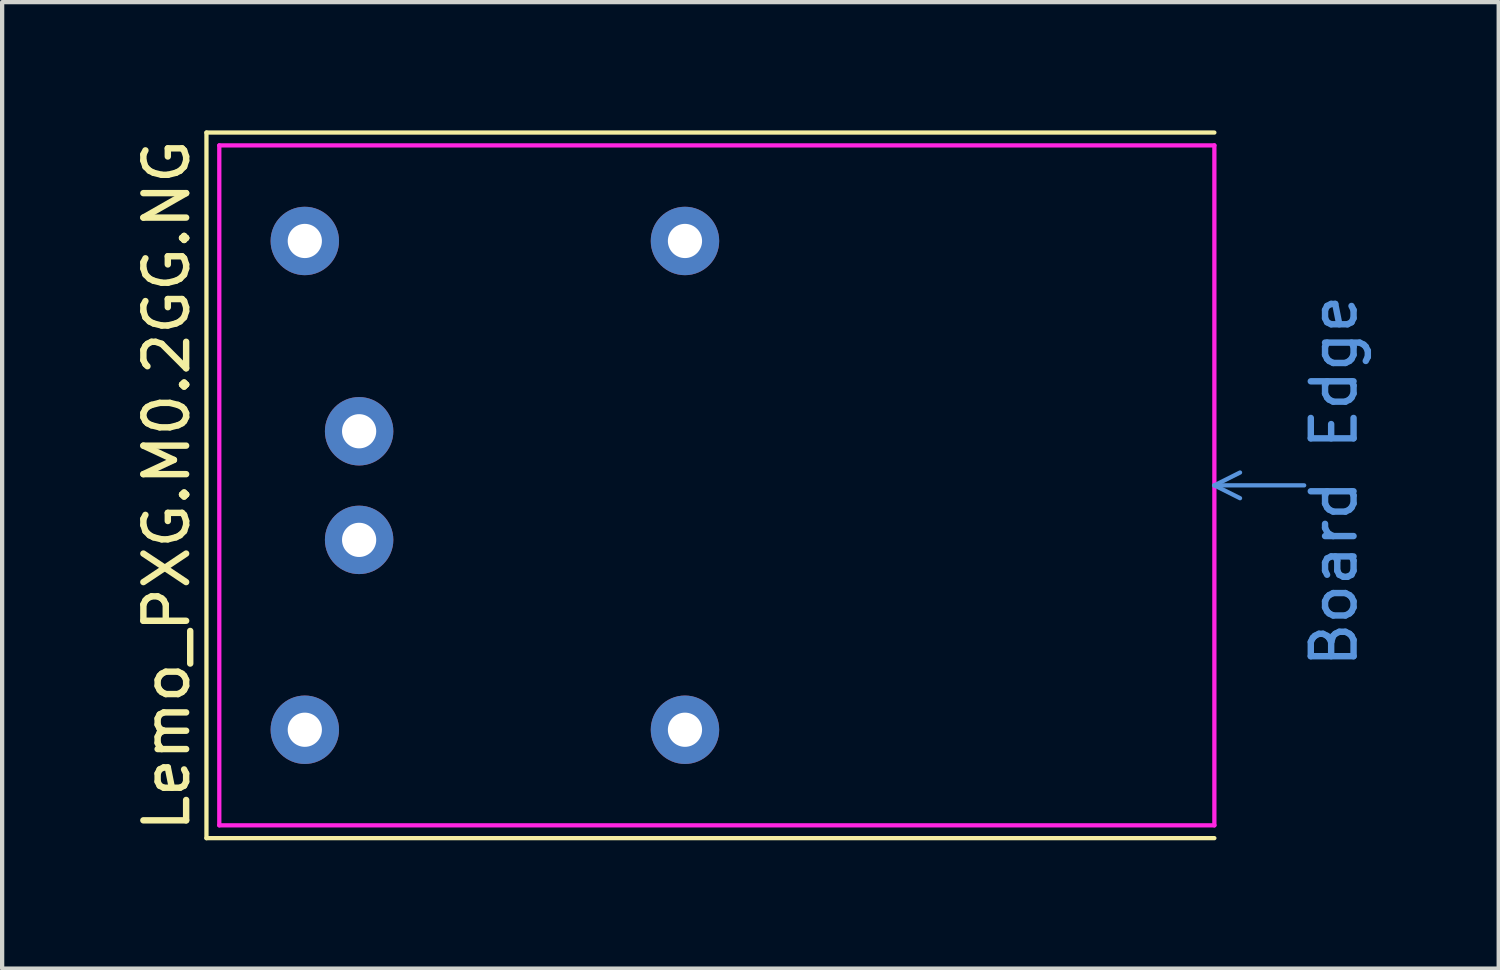
<source format=kicad_pcb>
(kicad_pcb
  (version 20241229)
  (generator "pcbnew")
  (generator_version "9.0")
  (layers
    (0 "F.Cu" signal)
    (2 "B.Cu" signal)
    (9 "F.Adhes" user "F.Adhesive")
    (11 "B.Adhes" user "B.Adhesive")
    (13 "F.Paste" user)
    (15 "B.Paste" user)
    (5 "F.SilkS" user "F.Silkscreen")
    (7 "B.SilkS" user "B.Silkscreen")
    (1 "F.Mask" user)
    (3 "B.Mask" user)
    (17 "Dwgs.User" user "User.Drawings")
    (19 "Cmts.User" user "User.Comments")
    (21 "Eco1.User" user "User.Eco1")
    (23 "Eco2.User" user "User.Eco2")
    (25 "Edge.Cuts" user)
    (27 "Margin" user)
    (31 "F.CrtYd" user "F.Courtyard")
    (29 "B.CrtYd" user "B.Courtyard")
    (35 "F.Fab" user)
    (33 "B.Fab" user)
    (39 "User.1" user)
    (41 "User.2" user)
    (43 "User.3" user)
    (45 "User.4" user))
  (footprint "Lemo_PXG.M0.2GG.NG"
    (layer "F.Cu")
    (at 5.348 8.3)
    (property "Reference" "Lemo_PXG.M0.2GG.NG" (at -4.5 0 90) (layer "F.SilkS") (effects (font (size 1 1) (thickness 0.15))))
    (attr through_hole)
    (fp_line (start -3.57 -8.25) (end -3.57 8.25) (stroke (width 0.1) (type solid)) (layer "F.SilkS"))
    (fp_line (start -3.57 8.25) (end 20 8.25) (stroke (width 0.1) (type solid)) (layer "F.SilkS"))
    (fp_line (start 20 -8.25) (end -3.57 -8.25) (stroke (width 0.1) (type solid)) (layer "F.SilkS"))
    (fp_line (start 20 0) (end 20.6 -0.3) (stroke (width 0.1) (type solid)) (layer "Cmts.User"))
    (fp_line (start 20 0) (end 20.6 0.3) (stroke (width 0.1) (type solid)) (layer "Cmts.User"))
    (fp_line (start 22.1 0) (end 20 0) (stroke (width 0.1) (type solid)) (layer "Cmts.User"))
    (fp_line (start -3.27 -7.95) (end -3.27 7.95) (stroke (width 0.1) (type solid)) (layer "F.CrtYd"))
    (fp_line (start -3.27 7.95) (end 20 7.95) (stroke (width 0.1) (type solid)) (layer "F.CrtYd"))
    (fp_line (start 20 -7.95) (end -3.27 -7.95) (stroke (width 0.1) (type solid)) (layer "F.CrtYd"))
    (fp_line (start 20 7.95) (end 20 -7.95) (stroke (width 0.1) (type solid)) (layer "F.CrtYd"))
    (fp_text user "Board Edge" (at 22.8 -0.1 90) (layer "Cmts.User") (effects (font (size 1 1) (thickness 0.15))))
    (pad "1" thru_hole circle (at 0 1.275) (size 1.6 1.6) (drill 0.8) (layers "*.Cu" "*.Mask"))
    (pad "2" thru_hole circle (at 0 -1.265) (size 1.6 1.6) (drill 0.8) (layers "*.Cu" "*.Mask"))
    (pad "SH" thru_hole circle (at -1.27 -5.715) (size 1.6 1.6) (drill 0.8) (layers "*.Cu" "*.Mask"))
    (pad "SH" thru_hole circle (at -1.27 5.715) (size 1.6 1.6) (drill 0.8) (layers "*.Cu" "*.Mask"))
    (pad "SH" thru_hole circle (at 7.62 -5.715) (size 1.6 1.6) (drill 0.8) (layers "*.Cu" "*.Mask"))
    (pad "SH" thru_hole circle (at 7.62 5.715) (size 1.6 1.6) (drill 0.8) (layers "*.Cu" "*.Mask")))
  (gr_rect
    (start -3 -3)
    (end 31.997 19.6)
    (stroke (width 0.1) (type default))
    (fill no)
    (layer "Edge.Cuts")))
</source>
